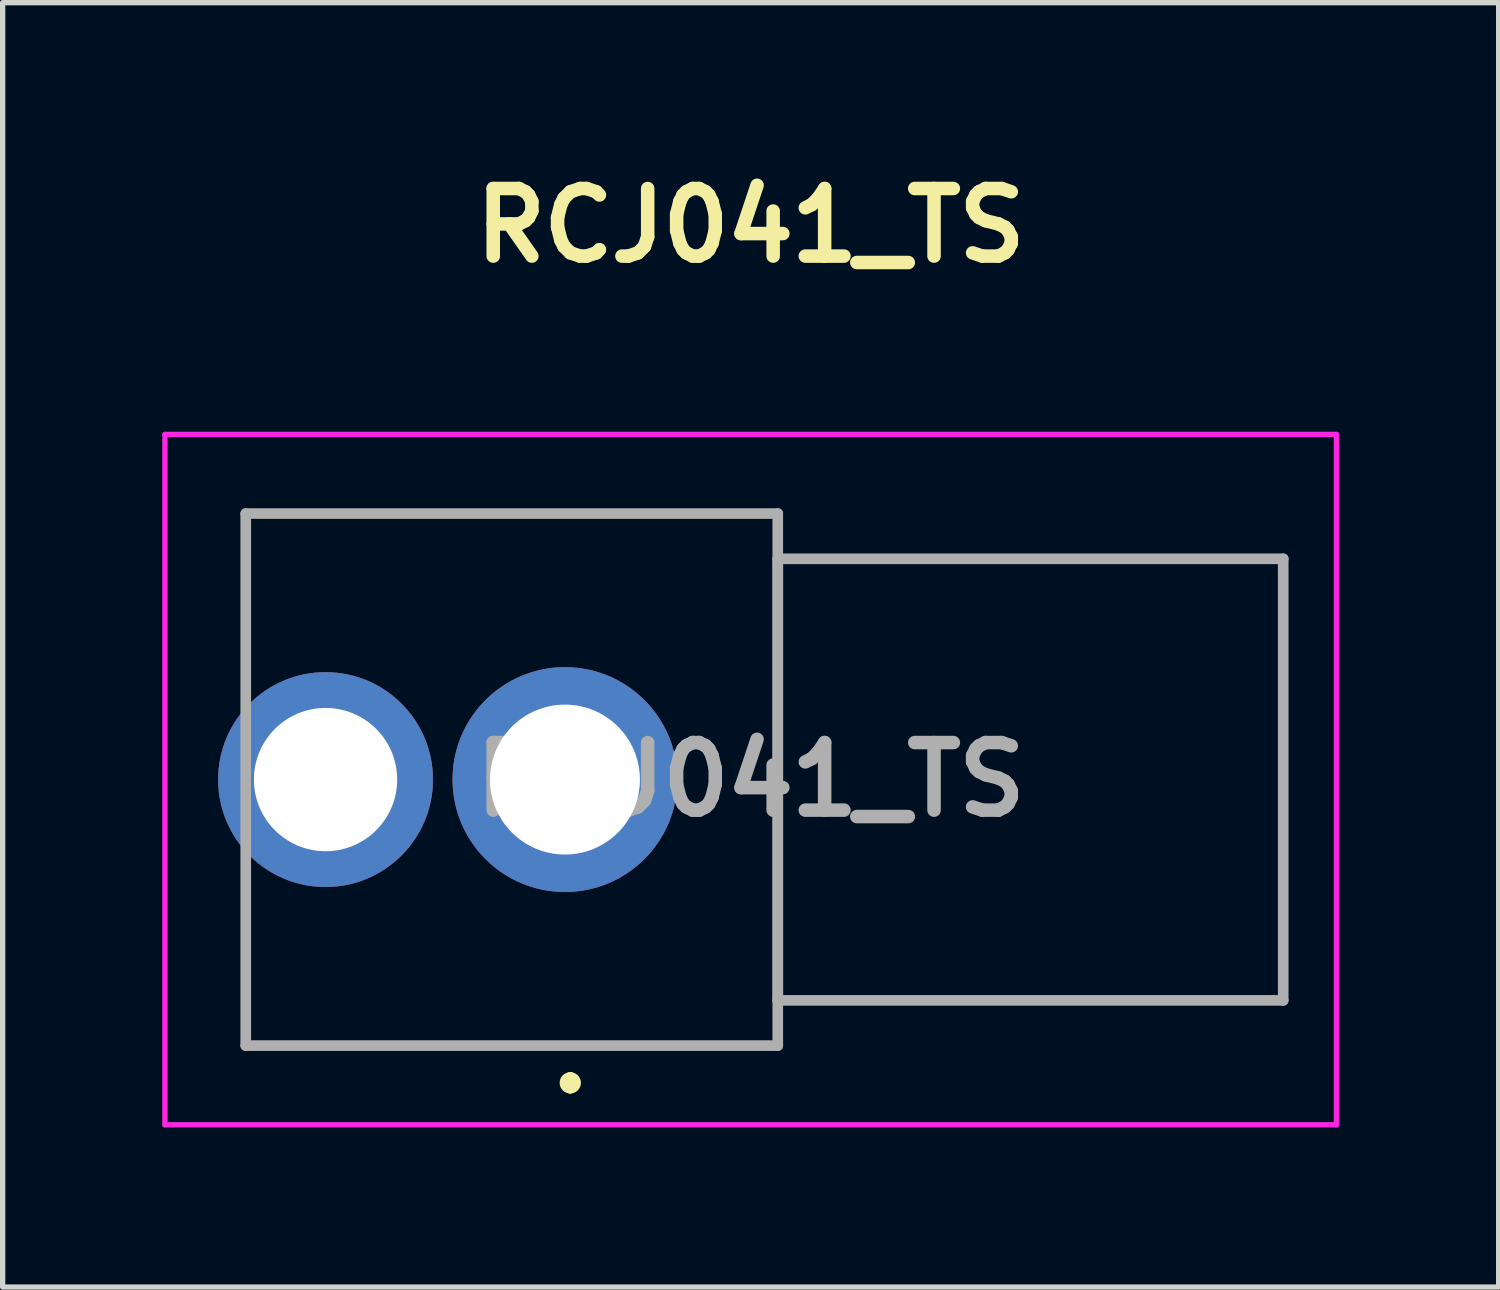
<source format=kicad_pcb>
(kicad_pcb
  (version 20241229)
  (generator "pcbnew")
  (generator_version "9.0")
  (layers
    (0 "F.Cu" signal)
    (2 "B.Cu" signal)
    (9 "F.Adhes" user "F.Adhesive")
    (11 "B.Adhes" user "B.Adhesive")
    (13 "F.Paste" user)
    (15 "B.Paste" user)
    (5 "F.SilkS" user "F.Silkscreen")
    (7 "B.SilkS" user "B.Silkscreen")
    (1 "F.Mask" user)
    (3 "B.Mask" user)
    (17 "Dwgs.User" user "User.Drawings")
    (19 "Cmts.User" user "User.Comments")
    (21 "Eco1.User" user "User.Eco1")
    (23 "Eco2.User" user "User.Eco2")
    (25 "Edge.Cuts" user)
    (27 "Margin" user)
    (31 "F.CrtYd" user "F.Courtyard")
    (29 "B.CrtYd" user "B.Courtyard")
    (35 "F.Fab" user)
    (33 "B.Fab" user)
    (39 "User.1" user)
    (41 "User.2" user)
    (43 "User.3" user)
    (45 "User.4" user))
  (footprint "RCJ041_TS"
    (layer "F.Cu")
    (at 7.569 11.603)
    (property "Reference" "RCJ041_TS" (at 3.49 -10.414 0) (layer "F.SilkS") (effects (font (size 1.27 1.27) (thickness 0.254))))
    (attr through_hole)
    (fp_line (start -6 -5) (end 1.5 -5) (stroke (width 0.1) (type solid)) (layer "F.SilkS"))
    (fp_line (start -6 -2.5) (end -6 -5) (stroke (width 0.1) (type solid)) (layer "F.SilkS"))
    (fp_line (start -6 2.5) (end -6 5) (stroke (width 0.1) (type solid)) (layer "F.SilkS"))
    (fp_line (start -6 5) (end 1.5 5) (stroke (width 0.1) (type solid)) (layer "F.SilkS"))
    (fp_line (start 0.1 5.6) (end 0.1 5.6) (stroke (width 0.2) (type solid)) (layer "F.SilkS"))
    (fp_line (start 0.1 5.8) (end 0.1 5.8) (stroke (width 0.2) (type solid)) (layer "F.SilkS"))
    (fp_line (start 4 2) (end 4 -2) (stroke (width 0.1) (type solid)) (layer "F.SilkS"))
    (fp_arc (start 0.1 5.6) (mid 0.2 5.7) (end 0.1 5.8) (stroke (width 0.2) (type solid)) (layer "F.SilkS"))
    (fp_arc (start 0.1 5.8) (mid 0 5.7) (end 0.1 5.6) (stroke (width 0.2) (type solid)) (layer "F.SilkS"))
    (fp_line (start -7.519 -6.488) (end 14.5 -6.488) (stroke (width 0.1) (type solid)) (layer "F.CrtYd"))
    (fp_line (start -7.519 6.488) (end -7.519 -6.488) (stroke (width 0.1) (type solid)) (layer "F.CrtYd"))
    (fp_line (start 14.5 -6.488) (end 14.5 6.488) (stroke (width 0.1) (type solid)) (layer "F.CrtYd"))
    (fp_line (start 14.5 6.488) (end -7.519 6.488) (stroke (width 0.1) (type solid)) (layer "F.CrtYd"))
    (fp_line (start -6 -5) (end 4 -5) (stroke (width 0.2) (type solid)) (layer "F.Fab"))
    (fp_line (start -6 5) (end -6 -5) (stroke (width 0.2) (type solid)) (layer "F.Fab"))
    (fp_line (start 4 -5) (end 4 5) (stroke (width 0.2) (type solid)) (layer "F.Fab"))
    (fp_line (start 4 -4.15) (end 4 4.15) (stroke (width 0.2) (type solid)) (layer "F.Fab"))
    (fp_line (start 4 4.15) (end 13.5 4.15) (stroke (width 0.2) (type solid)) (layer "F.Fab"))
    (fp_line (start 4 5) (end -6 5) (stroke (width 0.2) (type solid)) (layer "F.Fab"))
    (fp_line (start 13.5 -4.15) (end 4 -4.15) (stroke (width 0.2) (type solid)) (layer "F.Fab"))
    (fp_line (start 13.5 4.15) (end 13.5 -4.15) (stroke (width 0.2) (type solid)) (layer "F.Fab"))
    (fp_text user "${REFERENCE}" (at 3.49 0 0) (layer "F.Fab") (effects (font (size 1.27 1.27) (thickness 0.254))))
    (pad "" np_thru_hole circle (at 3.15 -4.25) (size 0.001 0.001) (drill 2.476) (layers "*.Cu" "*.Mask"))
    (pad "" np_thru_hole circle (at 3.15 4.25) (size 0.001 0.001) (drill 2.476) (layers "*.Cu" "*.Mask"))
    (pad "S" thru_hole circle (at 0 0) (size 4.227 4.227) (drill 2.818) (layers "*.Cu" "*.Mask"))
    (pad "T" thru_hole circle (at -4.5 0) (size 4.039 4.039) (drill 2.693) (layers "*.Cu" "*.Mask")))
  (gr_rect
    (start -3 -3)
    (end 25.119 21.141)
    (stroke (width 0.1) (type default))
    (fill no)
    (layer "Edge.Cuts")))
</source>
